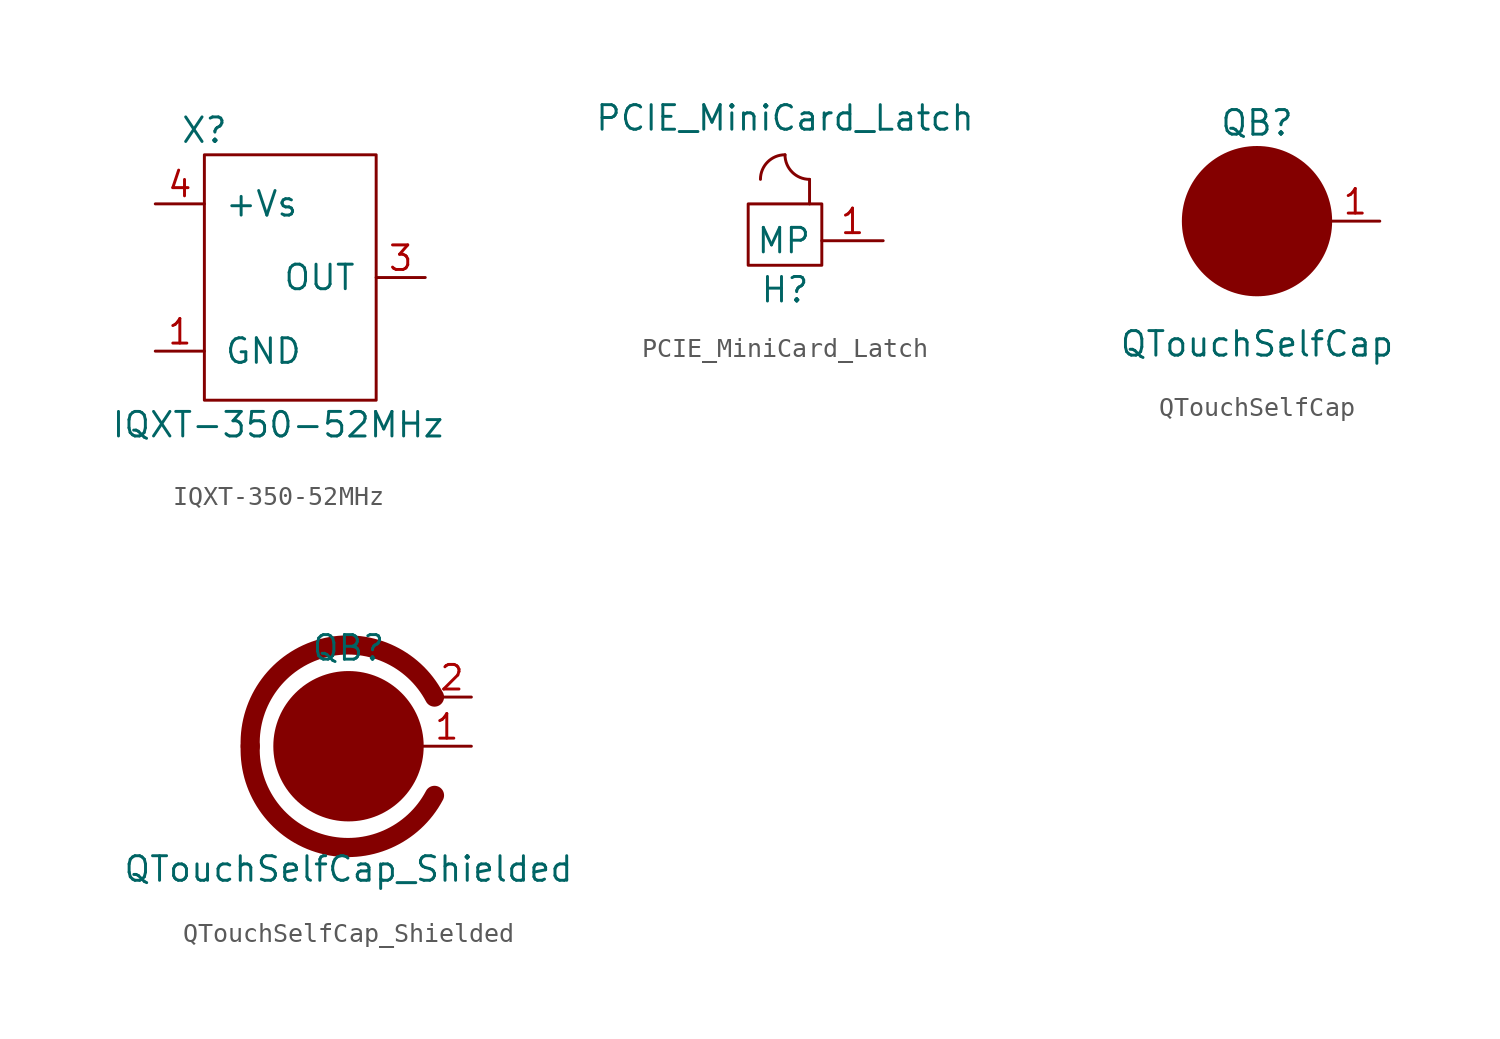
<source format=kicad_sym>
(kicad_symbol_lib
  (version 20211014)
  (generator kicad_symbol_editor)
  (symbol "IQXT-350-52MHz"
    (pin_names
      (offset 1.016))
    (property "Reference" "X"
      (at -3.81 7.62 0)
      (effects (font (size 1.27 1.27))))
    (property "Value" "IQXT-350-52MHz"
      (at 0 -7.62 0)
      (effects (font (size 1.27 1.27))))
    (symbol "IQXT-350-52MHz_0_1"
      (rectangle (start -3.81 6.35) (end 5.08 -6.35) (stroke (width 0) (type default) (color 0 0 0 0)) (fill (type none))))
    (symbol "IQXT-350-52MHz_1_1"
      (pin passive line (at -6.35 -3.81 0) (length 2.54) (name "GND" (effects (font (size 1.27 1.27)))) (number "1" (effects (font (size 1.27 1.27)))))
      (pin passive line (at -6.35 -3.81 0) (length 2.54) hide (name "GND" (effects (font (size 1.27 1.27)))) (number "2" (effects (font (size 1.27 1.27)))))
      (pin output line (at 7.62 0 180) (length 2.54) (name "OUT" (effects (font (size 1.27 1.27)))) (number "3" (effects (font (size 1.27 1.27)))))
      (pin power_in line (at -6.35 3.81 0) (length 2.54) (name "+Vs" (effects (font (size 1.27 1.27)))) (number "4" (effects (font (size 1.27 1.27)))))))
  (symbol "PCIE_MiniCard_Latch"
    (property "Reference" "H"
      (at 0 -2.54 0)
      (effects (font (size 1.27 1.27))))
    (property "Value" "PCIE_MiniCard_Latch"
      (at 0 6.35 0)
      (effects (font (size 1.27 1.27))))
    (symbol "PCIE_MiniCard_Latch_0_1"
      (rectangle (start -1.905 1.905) (end 1.905 -1.27) (stroke (width 0) (type default) (color 0 0 0 0)) (fill (type none)))
      (polyline (pts (xy 1.27 1.905) (xy 1.27 3.175)) (stroke (width 0) (type default) (color 0 0 0 0)) (fill (type none)))
      (arc (start 0 4.445) (mid -0.898 4.073) (end -1.27 3.175) (stroke (width 0) (type default) (color 0 0 0 0)) (fill (type none)))
      (arc (start 0 4.445) (mid -0.898 2.277) (end 1.27 3.175) (stroke (width 0) (type default) (color 0 0 0 0)) (fill (type none))))
    (symbol "PCIE_MiniCard_Latch_1_1"
      (pin passive line (at 5.08 0 180) (length 3.175) (name "MP" (effects (font (size 1.27 1.27)))) (number "1" (effects (font (size 1.27 1.27)))))))
  (symbol "QTouchSelfCap"
    (pin_names
      (offset 1.016))
    (property "Reference" "QB"
      (at 0 5.08 0)
      (effects (font (size 1.27 1.27))))
    (property "Value" "QTouchSelfCap"
      (at 0 -6.35 0)
      (effects (font (size 1.27 1.27))))
    (symbol "QTouchSelfCap_0_1"
      (circle (center 0 0) (radius 3.81) (stroke (width 0) (type default) (color 0 0 0 0)) (fill (type outline))))
    (symbol "QTouchSelfCap_1_1"
      (pin passive line (at 6.35 0 180) (length 2.54) (name "~" (effects (font (size 1.27 1.27)))) (number "1" (effects (font (size 1.27 1.27)))))))
  (symbol "QTouchSelfCap_Shielded"
    (pin_names
      (offset 1.016))
    (property "Reference" "QB"
      (at 0 5.08 0)
      (effects (font (size 1.27 1.27))))
    (property "Value" "QTouchSelfCap_Shielded"
      (at 0 -6.35 0)
      (effects (font (size 1.27 1.27))))
    (symbol "QTouchSelfCap_Shielded_0_1"
      (circle (center 0 0) (radius 3.81) (stroke (width 0) (type default) (color 0 0 0 0)) (fill (type outline)))
      (arc (start 4.445 2.54) (mid -1.3284 5.0632) (end -5.08 0) (stroke (width 0.9906) (type default) (color 0 0 0 0)) (fill (type none))))
    (symbol "QTouchSelfCap_Shielded_1_1"
      (arc (start -5.08 0) (mid -1.3288 -5.0647) (end 4.445 -2.54) (stroke (width 0.9906) (type default) (color 0 0 0 0)) (fill (type none)))
      (pin passive line (at 6.35 0 180) (length 2.54) (name "~" (effects (font (size 1.27 1.27)))) (number "1" (effects (font (size 1.27 1.27)))))
      (pin passive line (at 6.35 2.54 180) (length 2.007) (name "~" (effects (font (size 1.27 1.27)))) (number "2" (effects (font (size 1.27 1.27))))))))
</source>
